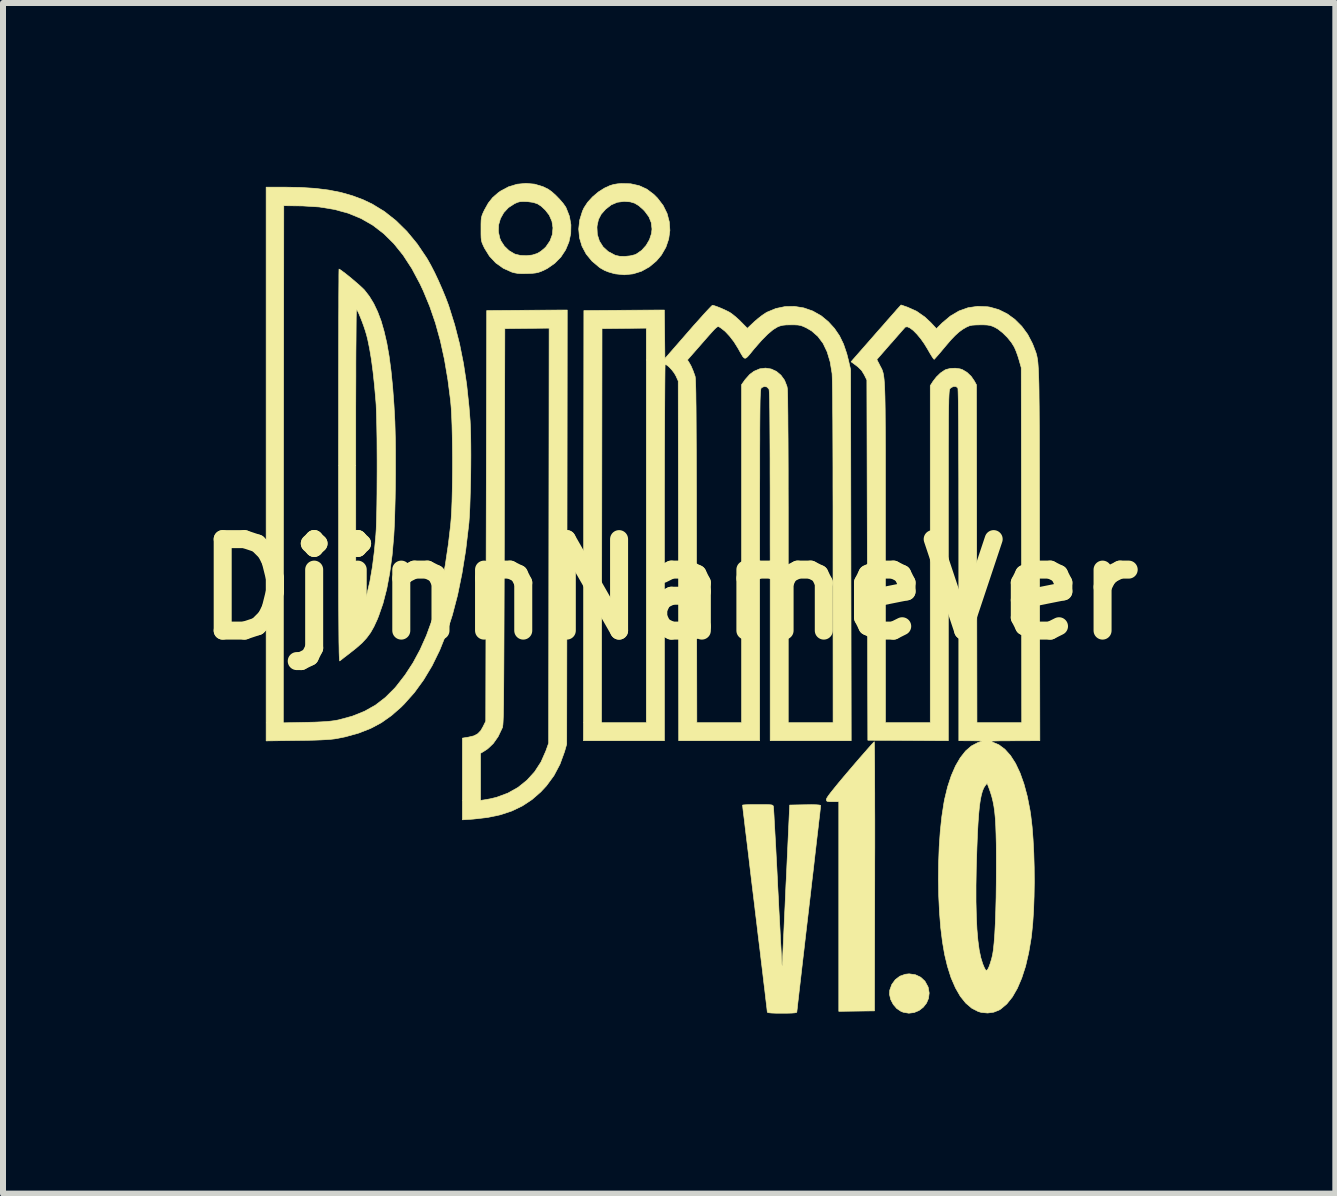
<source format=kicad_pcb>
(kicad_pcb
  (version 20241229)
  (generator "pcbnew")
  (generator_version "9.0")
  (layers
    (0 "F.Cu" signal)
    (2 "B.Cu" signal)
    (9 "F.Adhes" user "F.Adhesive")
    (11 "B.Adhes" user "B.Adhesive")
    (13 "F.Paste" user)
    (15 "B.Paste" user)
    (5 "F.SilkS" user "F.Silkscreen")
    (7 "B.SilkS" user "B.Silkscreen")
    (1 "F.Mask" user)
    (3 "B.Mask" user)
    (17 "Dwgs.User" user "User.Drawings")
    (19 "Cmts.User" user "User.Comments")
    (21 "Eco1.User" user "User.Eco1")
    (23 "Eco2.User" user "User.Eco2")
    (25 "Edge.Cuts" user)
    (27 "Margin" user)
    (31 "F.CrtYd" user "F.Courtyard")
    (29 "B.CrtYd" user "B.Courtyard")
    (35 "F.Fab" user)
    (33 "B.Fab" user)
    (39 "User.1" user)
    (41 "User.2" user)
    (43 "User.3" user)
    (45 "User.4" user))
  (footprint "DjinnNameVer"
    (layer "F.Cu")
    (at 8.099 6.767)
    (property "Reference" "DjinnNameVer" (at 0 0 0) (layer "F.SilkS") (effects (font (size 1.524 1.524) (thickness 0.3))))
    (attr through_hole)
    (fp_poly (pts (xy 4.102 6.423) (xy 4.19 6.464) (xy 4.261 6.53) (xy 4.31 6.619) (xy 4.316 6.634) (xy 4.332 6.728) (xy 4.321 6.817) (xy 4.287 6.897) (xy 4.232 6.966) (xy 4.163 7.019) (xy 4.081 7.053) (xy 3.993 7.064) (xy 3.901 7.048) (xy 3.864 7.034) (xy 3.792 6.986) (xy 3.733 6.917) (xy 3.691 6.836) (xy 3.671 6.75) (xy 3.675 6.68) (xy 3.71 6.584) (xy 3.768 6.505) (xy 3.844 6.447) (xy 3.934 6.415) (xy 3.998 6.408) (xy 4.102 6.423)) (stroke (width 0.01) (type solid)) (fill yes) (layer "F.SilkS"))
    (fp_poly (pts (xy 3.419 2.557) (xy 3.42 2.602) (xy 3.421 2.676) (xy 3.422 2.776) (xy 3.423 2.9) (xy 3.424 3.047) (xy 3.424 3.216) (xy 3.425 3.404) (xy 3.425 3.609) (xy 3.426 3.829) (xy 3.426 4.064) (xy 3.426 4.311) (xy 3.425 4.568) (xy 3.425 4.782) (xy 3.421 7.025) (xy 2.826 7.033) (xy 2.826 3.54) (xy 2.723 3.54) (xy 2.667 3.539) (xy 2.636 3.535) (xy 2.623 3.526) (xy 2.619 3.507) (xy 2.619 3.501) (xy 2.626 3.482) (xy 2.648 3.447) (xy 2.686 3.396) (xy 2.741 3.327) (xy 2.813 3.238) (xy 2.905 3.128) (xy 3.012 3.002) (xy 3.1 2.899) (xy 3.182 2.804) (xy 3.256 2.72) (xy 3.318 2.649) (xy 3.367 2.594) (xy 3.401 2.557) (xy 3.416 2.541) (xy 3.417 2.541) (xy 3.419 2.557)) (stroke (width 0.01) (type solid)) (fill yes) (layer "F.SilkS"))
    (fp_poly (pts (xy -1.702 -1.036) (xy -1.707 2.58) (xy -1.743 2.706) (xy -1.819 2.915) (xy -1.919 3.104) (xy -2.045 3.276) (xy -2.14 3.378) (xy -2.286 3.505) (xy -2.445 3.61) (xy -2.619 3.694) (xy -2.812 3.758) (xy -3.026 3.803) (xy -3.264 3.83) (xy -3.306 3.833) (xy -3.445 3.842) (xy -3.445 2.734) (xy -3.143 2.734) (xy -3.143 3.519) (xy -3.052 3.505) (xy -2.981 3.492) (xy -2.905 3.474) (xy -2.873 3.466) (xy -2.687 3.397) (xy -2.518 3.302) (xy -2.369 3.182) (xy -2.241 3.041) (xy -2.135 2.878) (xy -2.055 2.696) (xy -2.053 2.691) (xy -2.008 2.564) (xy -2.004 -0.893) (xy -2 -4.35) (xy -2.369 -4.346) (xy -2.738 -4.342) (xy -2.746 -1.048) (xy -2.747 -0.665) (xy -2.748 -0.313) (xy -2.749 0.01) (xy -2.75 0.305) (xy -2.751 0.573) (xy -2.752 0.816) (xy -2.753 1.035) (xy -2.754 1.231) (xy -2.755 1.406) (xy -2.756 1.56) (xy -2.757 1.696) (xy -2.758 1.814) (xy -2.759 1.916) (xy -2.761 2.002) (xy -2.762 2.075) (xy -2.764 2.135) (xy -2.766 2.184) (xy -2.768 2.223) (xy -2.77 2.253) (xy -2.773 2.276) (xy -2.775 2.293) (xy -2.778 2.305) (xy -2.781 2.311) (xy -2.85 2.456) (xy -2.931 2.571) (xy -3.024 2.659) (xy -3.075 2.693) (xy -3.143 2.734) (xy -3.445 2.734) (xy -3.445 2.481) (xy -3.342 2.464) (xy -3.254 2.443) (xy -3.189 2.408) (xy -3.138 2.355) (xy -3.101 2.29) (xy -3.056 2.199) (xy -3.048 -1.222) (xy -3.04 -4.643) (xy -2.369 -4.648) (xy -1.698 -4.652) (xy -1.702 -1.036)) (stroke (width 0.01) (type solid)) (fill yes) (layer "F.SilkS"))
    (fp_poly (pts (xy -0.641 -6.755) (xy -0.501 -6.724) (xy -0.373 -6.666) (xy -0.255 -6.577) (xy -0.195 -6.517) (xy -0.101 -6.394) (xy -0.035 -6.261) (xy 0.002 -6.121) (xy 0.012 -5.978) (xy -0.008 -5.835) (xy -0.055 -5.697) (xy -0.13 -5.567) (xy -0.212 -5.47) (xy -0.33 -5.371) (xy -0.461 -5.298) (xy -0.602 -5.254) (xy -0.748 -5.239) (xy -0.896 -5.254) (xy -0.929 -5.262) (xy -1.012 -5.286) (xy -1.077 -5.312) (xy -1.137 -5.346) (xy -1.164 -5.364) (xy -1.286 -5.467) (xy -1.383 -5.585) (xy -1.452 -5.715) (xy -1.494 -5.855) (xy -1.507 -6.001) (xy -1.504 -6.031) (xy -1.203 -6.031) (xy -1.197 -5.91) (xy -1.162 -5.8) (xy -1.101 -5.704) (xy -1.015 -5.625) (xy -0.905 -5.567) (xy -0.894 -5.562) (xy -0.824 -5.547) (xy -0.738 -5.545) (xy -0.65 -5.554) (xy -0.572 -5.573) (xy -0.546 -5.585) (xy -0.459 -5.645) (xy -0.384 -5.728) (xy -0.328 -5.824) (xy -0.294 -5.927) (xy -0.286 -6.001) (xy -0.298 -6.107) (xy -0.337 -6.204) (xy -0.404 -6.295) (xy -0.434 -6.327) (xy -0.507 -6.391) (xy -0.575 -6.432) (xy -0.649 -6.454) (xy -0.739 -6.461) (xy -0.756 -6.461) (xy -0.865 -6.447) (xy -0.965 -6.404) (xy -1.059 -6.331) (xy -1.061 -6.329) (xy -1.133 -6.247) (xy -1.178 -6.16) (xy -1.2 -6.06) (xy -1.203 -6.031) (xy -1.504 -6.031) (xy -1.491 -6.15) (xy -1.445 -6.298) (xy -1.419 -6.354) (xy -1.359 -6.446) (xy -1.276 -6.537) (xy -1.179 -6.619) (xy -1.076 -6.684) (xy -1.056 -6.693) (xy -0.986 -6.725) (xy -0.926 -6.743) (xy -0.861 -6.754) (xy -0.797 -6.759) (xy -0.641 -6.755)) (stroke (width 0.01) (type solid)) (fill yes) (layer "F.SilkS"))
    (fp_poly (pts (xy -2.241 -6.749) (xy -2.1 -6.706) (xy -2.013 -6.663) (xy -1.956 -6.622) (xy -1.891 -6.564) (xy -1.826 -6.497) (xy -1.768 -6.43) (xy -1.725 -6.369) (xy -1.717 -6.354) (xy -1.662 -6.214) (xy -1.637 -6.071) (xy -1.64 -5.927) (xy -1.67 -5.787) (xy -1.725 -5.655) (xy -1.804 -5.535) (xy -1.906 -5.431) (xy -2.029 -5.345) (xy -2.072 -5.323) (xy -2.131 -5.296) (xy -2.179 -5.279) (xy -2.226 -5.269) (xy -2.283 -5.263) (xy -2.361 -5.26) (xy -2.364 -5.26) (xy -2.454 -5.258) (xy -2.523 -5.262) (xy -2.579 -5.272) (xy -2.62 -5.283) (xy -2.763 -5.347) (xy -2.889 -5.437) (xy -2.994 -5.549) (xy -3.077 -5.683) (xy -3.101 -5.734) (xy -3.118 -5.774) (xy -3.128 -5.812) (xy -3.133 -5.856) (xy -3.135 -5.915) (xy -3.135 -5.958) (xy -2.846 -5.958) (xy -2.821 -5.847) (xy -2.802 -5.802) (xy -2.745 -5.715) (xy -2.668 -5.641) (xy -2.581 -5.589) (xy -2.562 -5.581) (xy -2.476 -5.561) (xy -2.377 -5.557) (xy -2.28 -5.568) (xy -2.198 -5.594) (xy -2.139 -5.629) (xy -2.08 -5.678) (xy -2.052 -5.706) (xy -1.985 -5.804) (xy -1.946 -5.91) (xy -1.936 -6.021) (xy -1.953 -6.13) (xy -1.998 -6.233) (xy -2.063 -6.317) (xy -2.131 -6.381) (xy -2.195 -6.422) (xy -2.266 -6.445) (xy -2.354 -6.457) (xy -2.369 -6.458) (xy -2.436 -6.46) (xy -2.485 -6.457) (xy -2.527 -6.446) (xy -2.576 -6.424) (xy -2.578 -6.423) (xy -2.678 -6.358) (xy -2.756 -6.274) (xy -2.811 -6.176) (xy -2.842 -6.069) (xy -2.846 -5.958) (xy -3.135 -5.958) (xy -3.135 -5.996) (xy -3.135 -6.001) (xy -3.135 -6.084) (xy -3.133 -6.144) (xy -3.128 -6.189) (xy -3.118 -6.227) (xy -3.102 -6.267) (xy -3.078 -6.318) (xy -3.078 -6.318) (xy -3.013 -6.434) (xy -2.94 -6.526) (xy -2.849 -6.605) (xy -2.808 -6.634) (xy -2.675 -6.705) (xy -2.533 -6.748) (xy -2.387 -6.762) (xy -2.241 -6.749)) (stroke (width 0.01) (type solid)) (fill yes) (layer "F.SilkS"))
    (fp_poly (pts (xy 1.571 3.588) (xy 1.639 3.589) (xy 1.684 3.591) (xy 1.712 3.595) (xy 1.727 3.602) (xy 1.734 3.612) (xy 1.737 3.623) (xy 1.739 3.645) (xy 1.742 3.695) (xy 1.747 3.772) (xy 1.752 3.874) (xy 1.759 3.997) (xy 1.767 4.14) (xy 1.776 4.3) (xy 1.785 4.475) (xy 1.795 4.662) (xy 1.805 4.859) (xy 1.809 4.953) (xy 1.82 5.153) (xy 1.829 5.344) (xy 1.839 5.524) (xy 1.848 5.691) (xy 1.855 5.841) (xy 1.863 5.972) (xy 1.869 6.083) (xy 1.874 6.17) (xy 1.877 6.232) (xy 1.88 6.265) (xy 1.88 6.271) (xy 1.883 6.269) (xy 1.886 6.242) (xy 1.888 6.199) (xy 1.89 6.168) (xy 1.892 6.109) (xy 1.896 6.022) (xy 1.901 5.912) (xy 1.907 5.781) (xy 1.914 5.631) (xy 1.921 5.465) (xy 1.93 5.286) (xy 1.938 5.097) (xy 1.947 4.899) (xy 1.95 4.85) (xy 2.008 3.596) (xy 2.266 3.591) (xy 2.371 3.59) (xy 2.447 3.591) (xy 2.496 3.595) (xy 2.52 3.6) (xy 2.524 3.605) (xy 2.522 3.623) (xy 2.517 3.67) (xy 2.509 3.745) (xy 2.497 3.845) (xy 2.483 3.969) (xy 2.466 4.113) (xy 2.447 4.277) (xy 2.426 4.458) (xy 2.404 4.654) (xy 2.379 4.863) (xy 2.354 5.083) (xy 2.327 5.312) (xy 2.326 5.324) (xy 2.299 5.553) (xy 2.273 5.774) (xy 2.249 5.983) (xy 2.226 6.18) (xy 2.205 6.362) (xy 2.186 6.527) (xy 2.169 6.673) (xy 2.155 6.798) (xy 2.143 6.899) (xy 2.135 6.976) (xy 2.129 7.025) (xy 2.127 7.044) (xy 2.127 7.045) (xy 2.119 7.053) (xy 2.093 7.058) (xy 2.044 7.062) (xy 1.971 7.064) (xy 1.881 7.064) (xy 1.778 7.064) (xy 1.704 7.061) (xy 1.657 7.056) (xy 1.637 7.049) (xy 1.635 7.046) (xy 1.633 7.028) (xy 1.628 6.981) (xy 1.619 6.906) (xy 1.607 6.806) (xy 1.593 6.683) (xy 1.575 6.538) (xy 1.556 6.374) (xy 1.534 6.193) (xy 1.511 5.997) (xy 1.485 5.788) (xy 1.459 5.568) (xy 1.431 5.339) (xy 1.429 5.318) (xy 1.401 5.088) (xy 1.374 4.867) (xy 1.349 4.657) (xy 1.326 4.461) (xy 1.304 4.279) (xy 1.284 4.114) (xy 1.266 3.968) (xy 1.252 3.844) (xy 1.239 3.742) (xy 1.23 3.666) (xy 1.225 3.617) (xy 1.222 3.598) (xy 1.222 3.597) (xy 1.237 3.594) (xy 1.279 3.591) (xy 1.341 3.589) (xy 1.42 3.588) (xy 1.476 3.588) (xy 1.571 3.588)) (stroke (width 0.01) (type solid)) (fill yes) (layer "F.SilkS"))
    (fp_poly (pts (xy -6.41 -6.699) (xy -6.138 -6.694) (xy -5.892 -6.678) (xy -5.669 -6.65) (xy -5.464 -6.609) (xy -5.275 -6.555) (xy -5.096 -6.488) (xy -4.942 -6.414) (xy -4.743 -6.292) (xy -4.552 -6.141) (xy -4.37 -5.962) (xy -4.2 -5.756) (xy -4.043 -5.524) (xy -4.027 -5.498) (xy -3.971 -5.398) (xy -3.908 -5.276) (xy -3.844 -5.14) (xy -3.782 -4.999) (xy -3.725 -4.861) (xy -3.677 -4.734) (xy -3.67 -4.713) (xy -3.574 -4.406) (xy -3.493 -4.091) (xy -3.427 -3.761) (xy -3.374 -3.413) (xy -3.335 -3.043) (xy -3.316 -2.804) (xy -3.311 -2.693) (xy -3.307 -2.557) (xy -3.305 -2.401) (xy -3.304 -2.232) (xy -3.305 -2.054) (xy -3.307 -1.873) (xy -3.311 -1.694) (xy -3.316 -1.523) (xy -3.321 -1.365) (xy -3.328 -1.225) (xy -3.336 -1.109) (xy -3.341 -1.064) (xy -3.39 -0.648) (xy -3.452 -0.262) (xy -3.525 0.097) (xy -3.612 0.43) (xy -3.711 0.736) (xy -3.824 1.018) (xy -3.95 1.275) (xy -4.091 1.51) (xy -4.245 1.722) (xy -4.415 1.913) (xy -4.466 1.964) (xy -4.627 2.105) (xy -4.794 2.223) (xy -4.974 2.319) (xy -5.17 2.396) (xy -5.388 2.457) (xy -5.524 2.485) (xy -5.578 2.494) (xy -5.64 2.501) (xy -5.713 2.506) (xy -5.803 2.511) (xy -5.913 2.515) (xy -6.047 2.518) (xy -6.195 2.52) (xy -6.715 2.527) (xy -6.715 2.226) (xy -6.429 2.226) (xy -6.044 2.218) (xy -5.91 2.215) (xy -5.801 2.21) (xy -5.714 2.205) (xy -5.641 2.198) (xy -5.577 2.19) (xy -5.517 2.179) (xy -5.504 2.176) (xy -5.279 2.115) (xy -5.077 2.034) (xy -4.895 1.932) (xy -4.73 1.805) (xy -4.577 1.653) (xy -4.545 1.616) (xy -4.4 1.429) (xy -4.268 1.227) (xy -4.15 1.008) (xy -4.044 0.771) (xy -3.95 0.513) (xy -3.867 0.234) (xy -3.794 -0.07) (xy -3.731 -0.399) (xy -3.678 -0.755) (xy -3.641 -1.072) (xy -3.632 -1.177) (xy -3.624 -1.308) (xy -3.618 -1.462) (xy -3.614 -1.631) (xy -3.611 -1.813) (xy -3.609 -2.002) (xy -3.609 -2.194) (xy -3.611 -2.382) (xy -3.614 -2.564) (xy -3.618 -2.733) (xy -3.624 -2.886) (xy -3.631 -3.017) (xy -3.64 -3.121) (xy -3.64 -3.127) (xy -3.687 -3.492) (xy -3.744 -3.829) (xy -3.813 -4.143) (xy -3.894 -4.436) (xy -3.989 -4.712) (xy -4.097 -4.973) (xy -4.151 -5.088) (xy -4.286 -5.341) (xy -4.431 -5.564) (xy -4.587 -5.758) (xy -4.755 -5.924) (xy -4.937 -6.064) (xy -5.134 -6.177) (xy -5.348 -6.265) (xy -5.579 -6.328) (xy -5.831 -6.369) (xy -6.103 -6.386) (xy -6.16 -6.387) (xy -6.421 -6.39) (xy -6.425 -2.082) (xy -6.429 2.226) (xy -6.715 2.226) (xy -6.715 -6.699) (xy -6.41 -6.699)) (stroke (width 0.01) (type solid)) (fill yes) (layer "F.SilkS"))
    (fp_poly (pts (xy -5.482 -5.324) (xy -5.444 -5.297) (xy -5.392 -5.258) (xy -5.332 -5.21) (xy -5.268 -5.157) (xy -5.206 -5.104) (xy -5.15 -5.055) (xy -5.105 -5.013) (xy -5.077 -4.985) (xy -4.995 -4.879) (xy -4.922 -4.759) (xy -4.857 -4.622) (xy -4.799 -4.468) (xy -4.749 -4.294) (xy -4.704 -4.099) (xy -4.666 -3.881) (xy -4.634 -3.638) (xy -4.607 -3.368) (xy -4.585 -3.07) (xy -4.57 -2.794) (xy -4.566 -2.657) (xy -4.562 -2.496) (xy -4.56 -2.315) (xy -4.56 -2.121) (xy -4.56 -1.919) (xy -4.562 -1.715) (xy -4.565 -1.515) (xy -4.57 -1.324) (xy -4.575 -1.15) (xy -4.582 -0.996) (xy -4.588 -0.889) (xy -4.616 -0.565) (xy -4.656 -0.27) (xy -4.706 -0.003) (xy -4.768 0.237) (xy -4.842 0.45) (xy -4.864 0.505) (xy -4.919 0.624) (xy -4.975 0.723) (xy -5.039 0.81) (xy -5.115 0.893) (xy -5.21 0.977) (xy -5.292 1.042) (xy -5.357 1.093) (xy -5.415 1.137) (xy -5.459 1.172) (xy -5.485 1.192) (xy -5.489 1.195) (xy -5.491 1.191) (xy -5.493 1.176) (xy -5.495 1.147) (xy -5.497 1.105) (xy -5.499 1.047) (xy -5.5 0.973) (xy -5.502 0.882) (xy -5.503 0.772) (xy -5.504 0.643) (xy -5.505 0.494) (xy -5.506 0.322) (xy -5.507 0.128) (xy -5.507 -0.09) (xy -5.508 -0.332) (xy -5.508 -0.601) (xy -5.508 -0.897) (xy -5.508 -1.222) (xy -5.509 -1.575) (xy -5.509 -1.959) (xy -5.509 -2.062) (xy -5.509 -2.135) (xy -5.222 -2.135) (xy -5.222 -2.061) (xy -5.221 0.548) (xy -5.18 0.468) (xy -5.153 0.412) (xy -5.123 0.342) (xy -5.096 0.271) (xy -5.095 0.27) (xy -5.037 0.084) (xy -4.986 -0.131) (xy -4.944 -0.375) (xy -4.91 -0.646) (xy -4.887 -0.905) (xy -4.881 -0.997) (xy -4.877 -1.115) (xy -4.873 -1.256) (xy -4.87 -1.415) (xy -4.868 -1.588) (xy -4.867 -1.771) (xy -4.866 -1.96) (xy -4.866 -2.149) (xy -4.867 -2.335) (xy -4.868 -2.514) (xy -4.871 -2.681) (xy -4.874 -2.832) (xy -4.878 -2.963) (xy -4.882 -3.07) (xy -4.886 -3.127) (xy -4.909 -3.39) (xy -4.934 -3.623) (xy -4.961 -3.828) (xy -4.991 -4.007) (xy -5.023 -4.163) (xy -5.041 -4.234) (xy -5.062 -4.305) (xy -5.088 -4.383) (xy -5.117 -4.462) (xy -5.146 -4.535) (xy -5.172 -4.597) (xy -5.194 -4.641) (xy -5.209 -4.66) (xy -5.21 -4.646) (xy -5.212 -4.601) (xy -5.214 -4.526) (xy -5.215 -4.424) (xy -5.216 -4.295) (xy -5.217 -4.14) (xy -5.219 -3.961) (xy -5.22 -3.76) (xy -5.22 -3.536) (xy -5.221 -3.292) (xy -5.222 -3.028) (xy -5.222 -2.747) (xy -5.222 -2.449) (xy -5.222 -2.135) (xy -5.509 -2.135) (xy -5.509 -2.382) (xy -5.508 -2.693) (xy -5.508 -2.994) (xy -5.508 -3.284) (xy -5.508 -3.561) (xy -5.507 -3.823) (xy -5.507 -4.07) (xy -5.506 -4.299) (xy -5.506 -4.509) (xy -5.505 -4.699) (xy -5.505 -4.867) (xy -5.504 -5.011) (xy -5.503 -5.131) (xy -5.503 -5.225) (xy -5.502 -5.29) (xy -5.501 -5.327) (xy -5.501 -5.334) (xy -5.482 -5.324)) (stroke (width 0.01) (type solid)) (fill yes) (layer "F.SilkS"))
    (fp_poly (pts (xy 0.751 -4.724) (xy 0.8 -4.707) (xy 0.861 -4.683) (xy 0.924 -4.655) (xy 0.982 -4.627) (xy 1.013 -4.61) (xy 1.058 -4.578) (xy 1.114 -4.532) (xy 1.173 -4.479) (xy 1.194 -4.457) (xy 1.303 -4.347) (xy 1.419 -4.457) (xy 1.482 -4.511) (xy 1.549 -4.563) (xy 1.61 -4.604) (xy 1.631 -4.616) (xy 1.778 -4.677) (xy 1.931 -4.709) (xy 2.088 -4.712) (xy 2.243 -4.687) (xy 2.392 -4.635) (xy 2.532 -4.556) (xy 2.651 -4.458) (xy 2.754 -4.345) (xy 2.838 -4.222) (xy 2.905 -4.084) (xy 2.959 -3.925) (xy 2.987 -3.815) (xy 3.023 -3.659) (xy 3.028 -0.568) (xy 3.033 2.524) (xy 1.683 2.524) (xy 1.683 -0.385) (xy 1.682 -0.756) (xy 1.682 -1.096) (xy 1.682 -1.407) (xy 1.682 -1.689) (xy 1.681 -1.945) (xy 1.681 -2.174) (xy 1.68 -2.379) (xy 1.679 -2.56) (xy 1.678 -2.719) (xy 1.677 -2.857) (xy 1.676 -2.974) (xy 1.674 -3.073) (xy 1.673 -3.154) (xy 1.671 -3.219) (xy 1.669 -3.268) (xy 1.667 -3.302) (xy 1.665 -3.324) (xy 1.662 -3.334) (xy 1.63 -3.369) (xy 1.586 -3.378) (xy 1.543 -3.36) (xy 1.539 -3.356) (xy 1.535 -3.352) (xy 1.531 -3.347) (xy 1.528 -3.338) (xy 1.526 -3.325) (xy 1.523 -3.305) (xy 1.521 -3.279) (xy 1.519 -3.244) (xy 1.517 -3.199) (xy 1.515 -3.143) (xy 1.514 -3.074) (xy 1.513 -2.991) (xy 1.512 -2.893) (xy 1.511 -2.778) (xy 1.51 -2.644) (xy 1.51 -2.492) (xy 1.509 -2.318) (xy 1.509 -2.123) (xy 1.509 -1.903) (xy 1.508 -1.659) (xy 1.508 -1.389) (xy 1.508 -1.091) (xy 1.508 -0.763) (xy 1.508 -0.406) (xy 1.508 2.524) (xy 0.159 2.524) (xy 0.155 -0.472) (xy 0.151 -3.469) (xy 0.113 -3.553) (xy 0.086 -3.6) (xy 0.048 -3.65) (xy 0.006 -3.696) (xy -0.033 -3.73) (xy -0.063 -3.746) (xy -0.066 -3.747) (xy -0.068 -3.731) (xy -0.069 -3.685) (xy -0.07 -3.61) (xy -0.071 -3.509) (xy -0.072 -3.381) (xy -0.073 -3.229) (xy -0.074 -3.055) (xy -0.075 -2.86) (xy -0.076 -2.644) (xy -0.077 -2.411) (xy -0.078 -2.161) (xy -0.078 -1.896) (xy -0.079 -1.617) (xy -0.079 -1.327) (xy -0.079 -1.025) (xy -0.079 -0.715) (xy -0.079 -0.611) (xy -0.079 2.524) (xy -1.429 2.524) (xy -1.428 2.223) (xy -1.127 2.223) (xy -0.381 2.223) (xy -0.381 -3.82) (xy 0.304 -3.82) (xy 0.331 -3.779) (xy 0.365 -3.719) (xy 0.4 -3.637) (xy 0.432 -3.548) (xy 0.434 -3.534) (xy 0.437 -3.508) (xy 0.439 -3.469) (xy 0.441 -3.416) (xy 0.443 -3.347) (xy 0.445 -3.262) (xy 0.446 -3.159) (xy 0.448 -3.037) (xy 0.449 -2.895) (xy 0.45 -2.731) (xy 0.451 -2.545) (xy 0.452 -2.335) (xy 0.453 -2.1) (xy 0.454 -1.839) (xy 0.455 -1.551) (xy 0.455 -1.234) (xy 0.456 -0.887) (xy 0.456 -0.631) (xy 0.461 2.223) (xy 1.206 2.223) (xy 1.206 -3.408) (xy 1.267 -3.494) (xy 1.342 -3.578) (xy 1.413 -3.631) (xy 1.509 -3.672) (xy 1.606 -3.684) (xy 1.7 -3.669) (xy 1.787 -3.629) (xy 1.862 -3.566) (xy 1.922 -3.483) (xy 1.962 -3.382) (xy 1.968 -3.351) (xy 1.971 -3.323) (xy 1.973 -3.263) (xy 1.975 -3.172) (xy 1.976 -3.05) (xy 1.978 -2.897) (xy 1.979 -2.714) (xy 1.981 -2.501) (xy 1.982 -2.259) (xy 1.983 -1.987) (xy 1.983 -1.686) (xy 1.984 -1.356) (xy 1.984 -0.997) (xy 1.984 -0.611) (xy 1.984 -0.522) (xy 1.984 2.223) (xy 2.731 2.223) (xy 2.73 -0.615) (xy 2.73 -1.007) (xy 2.73 -1.373) (xy 2.729 -1.714) (xy 2.729 -2.028) (xy 2.728 -2.315) (xy 2.727 -2.574) (xy 2.726 -2.806) (xy 2.724 -3.009) (xy 2.723 -3.183) (xy 2.721 -3.328) (xy 2.719 -3.442) (xy 2.717 -3.527) (xy 2.715 -3.58) (xy 2.714 -3.596) (xy 2.682 -3.789) (xy 2.632 -3.955) (xy 2.564 -4.097) (xy 2.477 -4.213) (xy 2.373 -4.304) (xy 2.289 -4.353) (xy 2.236 -4.378) (xy 2.192 -4.394) (xy 2.146 -4.402) (xy 2.088 -4.405) (xy 2.032 -4.405) (xy 1.952 -4.404) (xy 1.893 -4.398) (xy 1.845 -4.386) (xy 1.805 -4.37) (xy 1.73 -4.324) (xy 1.642 -4.25) (xy 1.54 -4.147) (xy 1.424 -4.015) (xy 1.4 -3.986) (xy 1.345 -3.918) (xy 1.305 -3.872) (xy 1.275 -3.849) (xy 1.251 -3.851) (xy 1.226 -3.877) (xy 1.195 -3.929) (xy 1.152 -4.006) (xy 1.148 -4.013) (xy 1.081 -4.121) (xy 1.007 -4.217) (xy 0.933 -4.296) (xy 0.864 -4.351) (xy 0.863 -4.351) (xy 0.845 -4.363) (xy 0.831 -4.372) (xy 0.819 -4.376) (xy 0.804 -4.372) (xy 0.784 -4.358) (xy 0.757 -4.333) (xy 0.719 -4.292) (xy 0.668 -4.235) (xy 0.601 -4.159) (xy 0.526 -4.073) (xy 0.304 -3.82) (xy -0.381 -3.82) (xy -0.381 -4.35) (xy -0.75 -4.346) (xy -1.119 -4.342) (xy -1.123 -1.06) (xy -1.127 2.223) (xy -1.428 2.223) (xy -1.425 -1.06) (xy -1.421 -4.643) (xy -0.75 -4.648) (xy -0.08 -4.652) (xy -0.071 -3.843) (xy 0.316 -4.287) (xy 0.404 -4.388) (xy 0.487 -4.48) (xy 0.56 -4.562) (xy 0.623 -4.631) (xy 0.673 -4.684) (xy 0.706 -4.718) (xy 0.722 -4.731) (xy 0.722 -4.731) (xy 0.751 -4.724)) (stroke (width 0.01) (type solid)) (fill yes) (layer "F.SilkS"))
    (fp_poly (pts (xy 3.971 -4.699) (xy 4.121 -4.632) (xy 4.26 -4.535) (xy 4.36 -4.441) (xy 4.453 -4.341) (xy 4.548 -4.436) (xy 4.685 -4.551) (xy 4.829 -4.636) (xy 4.98 -4.69) (xy 5.139 -4.713) (xy 5.305 -4.706) (xy 5.343 -4.7) (xy 5.489 -4.659) (xy 5.629 -4.59) (xy 5.759 -4.496) (xy 5.875 -4.38) (xy 5.974 -4.245) (xy 6.052 -4.095) (xy 6.073 -4.043) (xy 6.084 -4.013) (xy 6.094 -3.987) (xy 6.103 -3.963) (xy 6.112 -3.939) (xy 6.119 -3.914) (xy 6.126 -3.887) (xy 6.132 -3.856) (xy 6.138 -3.82) (xy 6.143 -3.778) (xy 6.147 -3.727) (xy 6.151 -3.668) (xy 6.154 -3.598) (xy 6.157 -3.516) (xy 6.16 -3.42) (xy 6.162 -3.31) (xy 6.163 -3.184) (xy 6.165 -3.04) (xy 6.166 -2.877) (xy 6.167 -2.694) (xy 6.168 -2.49) (xy 6.168 -2.262) (xy 6.169 -2.011) (xy 6.169 -1.733) (xy 6.17 -1.428) (xy 6.17 -1.095) (xy 6.171 -0.732) (xy 6.171 -0.591) (xy 6.176 2.524) (xy 5.743 2.525) (xy 5.616 2.526) (xy 5.517 2.526) (xy 5.445 2.528) (xy 5.397 2.529) (xy 5.369 2.532) (xy 5.36 2.536) (xy 5.366 2.54) (xy 5.385 2.546) (xy 5.387 2.547) (xy 5.494 2.592) (xy 5.594 2.667) (xy 5.687 2.771) (xy 5.771 2.902) (xy 5.846 3.061) (xy 5.911 3.244) (xy 5.967 3.452) (xy 6.012 3.683) (xy 6.025 3.77) (xy 6.047 3.957) (xy 6.063 4.168) (xy 6.075 4.396) (xy 6.082 4.634) (xy 6.084 4.876) (xy 6.08 5.116) (xy 6.072 5.346) (xy 6.058 5.561) (xy 6.039 5.753) (xy 6.032 5.81) (xy 5.99 6.058) (xy 5.938 6.282) (xy 5.874 6.479) (xy 5.801 6.65) (xy 5.718 6.794) (xy 5.626 6.909) (xy 5.524 6.995) (xy 5.498 7.011) (xy 5.408 7.047) (xy 5.306 7.061) (xy 5.201 7.051) (xy 5.149 7.036) (xy 5.042 6.981) (xy 4.942 6.896) (xy 4.851 6.783) (xy 4.77 6.642) (xy 4.697 6.474) (xy 4.636 6.281) (xy 4.589 6.084) (xy 4.553 5.873) (xy 4.524 5.637) (xy 4.504 5.382) (xy 4.491 5.114) (xy 4.488 4.933) (xy 5.112 4.933) (xy 5.112 5.206) (xy 5.118 5.45) (xy 5.128 5.665) (xy 5.144 5.851) (xy 5.165 6.008) (xy 5.192 6.138) (xy 5.224 6.241) (xy 5.225 6.244) (xy 5.252 6.308) (xy 5.272 6.344) (xy 5.289 6.352) (xy 5.307 6.335) (xy 5.328 6.293) (xy 5.329 6.29) (xy 5.35 6.232) (xy 5.372 6.159) (xy 5.388 6.093) (xy 5.402 6.006) (xy 5.414 5.887) (xy 5.425 5.74) (xy 5.434 5.565) (xy 5.441 5.363) (xy 5.447 5.136) (xy 5.45 4.885) (xy 5.451 4.651) (xy 5.451 4.434) (xy 5.45 4.245) (xy 5.446 4.082) (xy 5.441 3.941) (xy 5.434 3.819) (xy 5.424 3.713) (xy 5.411 3.619) (xy 5.395 3.535) (xy 5.376 3.458) (xy 5.353 3.383) (xy 5.333 3.326) (xy 5.298 3.233) (xy 5.268 3.269) (xy 5.243 3.308) (xy 5.221 3.359) (xy 5.202 3.426) (xy 5.185 3.509) (xy 5.17 3.612) (xy 5.158 3.738) (xy 5.147 3.887) (xy 5.137 4.064) (xy 5.129 4.269) (xy 5.128 4.294) (xy 5.117 4.629) (xy 5.112 4.933) (xy 4.488 4.933) (xy 4.486 4.838) (xy 4.489 4.562) (xy 4.499 4.291) (xy 4.517 4.03) (xy 4.543 3.786) (xy 4.577 3.565) (xy 4.589 3.5) (xy 4.639 3.293) (xy 4.7 3.107) (xy 4.771 2.944) (xy 4.851 2.807) (xy 4.939 2.695) (xy 5.035 2.612) (xy 5.137 2.558) (xy 5.172 2.546) (xy 5.2 2.538) (xy 5.213 2.533) (xy 5.206 2.529) (xy 5.177 2.527) (xy 5.122 2.526) (xy 5.039 2.525) (xy 5.036 2.525) (xy 4.826 2.524) (xy 4.826 -0.398) (xy 4.826 -0.807) (xy 4.826 -1.186) (xy 4.825 -1.532) (xy 4.825 -1.848) (xy 4.824 -2.133) (xy 4.823 -2.387) (xy 4.822 -2.611) (xy 4.821 -2.805) (xy 4.819 -2.969) (xy 4.818 -3.104) (xy 4.816 -3.209) (xy 4.814 -3.285) (xy 4.812 -3.332) (xy 4.81 -3.351) (xy 4.781 -3.376) (xy 4.74 -3.379) (xy 4.698 -3.359) (xy 4.684 -3.347) (xy 4.68 -3.342) (xy 4.676 -3.337) (xy 4.673 -3.329) (xy 4.67 -3.317) (xy 4.667 -3.3) (xy 4.665 -3.277) (xy 4.663 -3.246) (xy 4.661 -3.205) (xy 4.659 -3.154) (xy 4.658 -3.091) (xy 4.656 -3.015) (xy 4.655 -2.924) (xy 4.654 -2.817) (xy 4.654 -2.692) (xy 4.653 -2.549) (xy 4.652 -2.385) (xy 4.652 -2.2) (xy 4.652 -1.992) (xy 4.652 -1.76) (xy 4.651 -1.502) (xy 4.651 -1.217) (xy 4.651 -0.904) (xy 4.651 -0.56) (xy 4.651 2.524) (xy 3.31 2.516) (xy 3.302 -0.484) (xy 3.294 -3.485) (xy 3.251 -3.572) (xy 3.207 -3.644) (xy 3.146 -3.704) (xy 3.119 -3.725) (xy 3.031 -3.79) (xy 3.063 -3.827) (xy 3.46 -3.827) (xy 3.508 -3.734) (xy 3.519 -3.712) (xy 3.53 -3.692) (xy 3.54 -3.673) (xy 3.549 -3.653) (xy 3.556 -3.631) (xy 3.564 -3.606) (xy 3.57 -3.575) (xy 3.576 -3.539) (xy 3.581 -3.495) (xy 3.585 -3.441) (xy 3.589 -3.377) (xy 3.592 -3.301) (xy 3.595 -3.212) (xy 3.597 -3.108) (xy 3.599 -2.988) (xy 3.6 -2.85) (xy 3.601 -2.693) (xy 3.602 -2.515) (xy 3.603 -2.315) (xy 3.603 -2.093) (xy 3.603 -1.845) (xy 3.603 -1.571) (xy 3.603 -1.27) (xy 3.603 -0.94) (xy 3.603 -0.607) (xy 3.604 2.223) (xy 4.35 2.223) (xy 4.35 -3.391) (xy 4.395 -3.462) (xy 4.452 -3.536) (xy 4.52 -3.602) (xy 4.591 -3.65) (xy 4.614 -3.661) (xy 4.684 -3.678) (xy 4.767 -3.682) (xy 4.847 -3.671) (xy 4.886 -3.658) (xy 4.962 -3.613) (xy 5.033 -3.545) (xy 5.085 -3.469) (xy 5.12 -3.405) (xy 5.124 -0.591) (xy 5.128 2.223) (xy 5.874 2.223) (xy 5.866 -3.691) (xy 5.83 -3.818) (xy 5.807 -3.892) (xy 5.78 -3.966) (xy 5.754 -4.026) (xy 5.753 -4.03) (xy 5.703 -4.111) (xy 5.635 -4.195) (xy 5.557 -4.272) (xy 5.478 -4.334) (xy 5.432 -4.361) (xy 5.386 -4.382) (xy 5.345 -4.395) (xy 5.299 -4.402) (xy 5.238 -4.405) (xy 5.183 -4.405) (xy 5.105 -4.403) (xy 5.049 -4.399) (xy 5.006 -4.39) (xy 4.968 -4.374) (xy 4.953 -4.367) (xy 4.889 -4.33) (xy 4.828 -4.285) (xy 4.764 -4.227) (xy 4.693 -4.153) (xy 4.611 -4.057) (xy 4.584 -4.025) (xy 4.529 -3.959) (xy 4.481 -3.903) (xy 4.443 -3.86) (xy 4.42 -3.834) (xy 4.415 -3.83) (xy 4.403 -3.841) (xy 4.38 -3.875) (xy 4.348 -3.927) (xy 4.311 -3.991) (xy 4.309 -3.995) (xy 4.251 -4.09) (xy 4.19 -4.176) (xy 4.128 -4.25) (xy 4.069 -4.31) (xy 4.015 -4.351) (xy 3.97 -4.372) (xy 3.937 -4.369) (xy 3.93 -4.363) (xy 3.914 -4.345) (xy 3.88 -4.307) (xy 3.833 -4.253) (xy 3.775 -4.187) (xy 3.709 -4.111) (xy 3.685 -4.085) (xy 3.46 -3.827) (xy 3.063 -3.827) (xy 3.391 -4.201) (xy 3.478 -4.301) (xy 3.562 -4.395) (xy 3.637 -4.482) (xy 3.703 -4.556) (xy 3.756 -4.616) (xy 3.792 -4.658) (xy 3.807 -4.674) (xy 3.863 -4.736) (xy 3.971 -4.699)) (stroke (width 0.01) (type solid)) (fill yes) (layer "F.SilkS")))
  (gr_rect
    (start -3 -3)
    (end 19.198 16.837)
    (stroke (width 0.1) (type default))
    (fill no)
    (layer "Edge.Cuts")))
</source>
